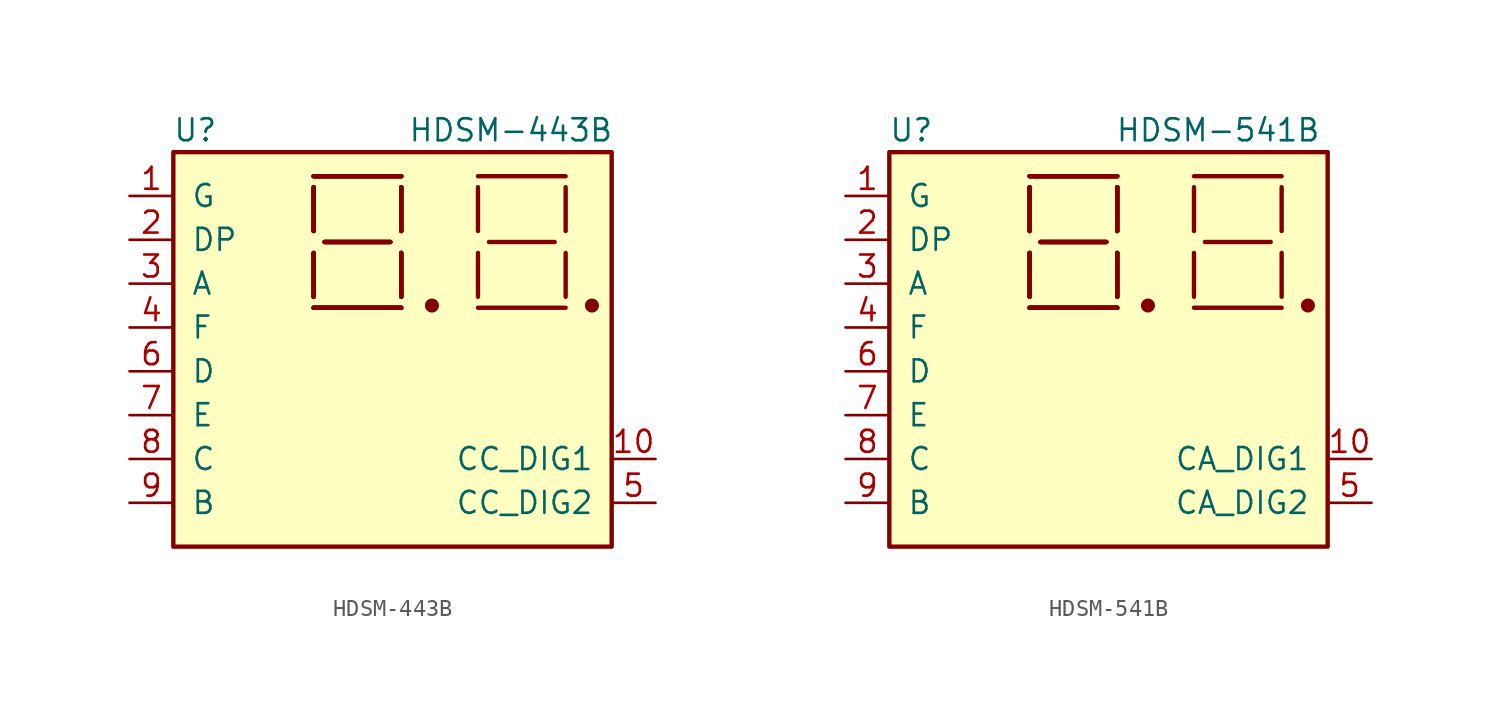
<source format=kicad_sym>
(kicad_symbol_lib
  (version 20231120)
  (generator "kicad_symbol_editor")
  (generator_version "8.0")
  (symbol "HDSM-443B"
    (pin_names
      (offset 1.016))
    (property "Reference" "U"
      (at -11.43 11.43 0)
      (effects (font (size 1.27 1.27))))
    (property "Value" "HDSM-443B"
      (at 6.858 11.43 0)
      (effects (font (size 1.27 1.27))))
    (symbol "HDSM-443B_0_1"
      (rectangle (start -12.7 10.16) (end 12.7 -12.7) (stroke (width 0.254) (type default)) (fill (type background)))
      (polyline (pts (xy -4.572 1.143) (xy 0.508 1.143)) (stroke (width 0.254) (type default)) (fill (type none)))
      (polyline (pts (xy -4.572 1.143) (xy 0.508 1.143)) (stroke (width 0.254) (type default)) (fill (type none)))
      (polyline (pts (xy -4.572 1.143) (xy 0.508 1.143)) (stroke (width 0.254) (type default)) (fill (type none)))
      (polyline (pts (xy -4.572 1.143) (xy 0.508 1.143)) (stroke (width 0.254) (type default)) (fill (type none)))
      (polyline (pts (xy -4.572 1.778) (xy -4.572 4.318)) (stroke (width 0.254) (type default)) (fill (type none)))
      (polyline (pts (xy -4.572 1.778) (xy -4.572 4.318)) (stroke (width 0.254) (type default)) (fill (type none)))
      (polyline (pts (xy -4.572 1.778) (xy -4.572 4.318)) (stroke (width 0.254) (type default)) (fill (type none)))
      (polyline (pts (xy -4.572 1.778) (xy -4.572 4.318)) (stroke (width 0.254) (type default)) (fill (type none)))
      (polyline (pts (xy -4.572 5.588) (xy -4.572 8.128)) (stroke (width 0.254) (type default)) (fill (type none)))
      (polyline (pts (xy -4.572 5.588) (xy -4.572 8.128)) (stroke (width 0.254) (type default)) (fill (type none)))
      (polyline (pts (xy -4.572 5.588) (xy -4.572 8.128)) (stroke (width 0.254) (type default)) (fill (type none)))
      (polyline (pts (xy -4.572 5.588) (xy -4.572 8.128)) (stroke (width 0.254) (type default)) (fill (type none)))
      (polyline (pts (xy -4.572 8.763) (xy 0.508 8.763)) (stroke (width 0.254) (type default)) (fill (type none)))
      (polyline (pts (xy -4.572 8.763) (xy 0.508 8.763)) (stroke (width 0.254) (type default)) (fill (type none)))
      (polyline (pts (xy -4.572 8.763) (xy 0.508 8.763)) (stroke (width 0.254) (type default)) (fill (type none)))
      (polyline (pts (xy -4.572 8.763) (xy 0.508 8.763)) (stroke (width 0.254) (type default)) (fill (type none)))
      (polyline (pts (xy -3.937 4.953) (xy -0.127 4.953)) (stroke (width 0.254) (type default)) (fill (type none)))
      (polyline (pts (xy -3.937 4.953) (xy -0.127 4.953)) (stroke (width 0.254) (type default)) (fill (type none)))
      (polyline (pts (xy -3.937 4.953) (xy -0.127 4.953)) (stroke (width 0.254) (type default)) (fill (type none)))
      (polyline (pts (xy -3.937 4.953) (xy -0.127 4.953)) (stroke (width 0.254) (type default)) (fill (type none)))
      (polyline (pts (xy 0.508 1.778) (xy 0.508 4.318)) (stroke (width 0.254) (type default)) (fill (type none)))
      (polyline (pts (xy 0.508 1.778) (xy 0.508 4.318)) (stroke (width 0.254) (type default)) (fill (type none)))
      (polyline (pts (xy 0.508 1.778) (xy 0.508 4.318)) (stroke (width 0.254) (type default)) (fill (type none)))
      (polyline (pts (xy 0.508 1.778) (xy 0.508 4.318)) (stroke (width 0.254) (type default)) (fill (type none)))
      (polyline (pts (xy 0.508 8.128) (xy 0.508 5.588)) (stroke (width 0.254) (type default)) (fill (type none)))
      (polyline (pts (xy 0.508 8.128) (xy 0.508 5.588)) (stroke (width 0.254) (type default)) (fill (type none)))
      (polyline (pts (xy 0.508 8.128) (xy 0.508 5.588)) (stroke (width 0.254) (type default)) (fill (type none)))
      (polyline (pts (xy 0.508 8.128) (xy 0.508 5.588)) (stroke (width 0.254) (type default)) (fill (type none)))
      (polyline (pts (xy 4.953 1.143) (xy 10.033 1.143)) (stroke (width 0.254) (type default)) (fill (type none)))
      (polyline (pts (xy 4.953 1.778) (xy 4.953 4.318)) (stroke (width 0.254) (type default)) (fill (type none)))
      (polyline (pts (xy 4.953 5.588) (xy 4.953 8.128)) (stroke (width 0.254) (type default)) (fill (type none)))
      (polyline (pts (xy 4.953 8.763) (xy 10.033 8.763)) (stroke (width 0.254) (type default)) (fill (type none)))
      (polyline (pts (xy 5.588 4.953) (xy 9.398 4.953)) (stroke (width 0.254) (type default)) (fill (type none)))
      (polyline (pts (xy 10.033 1.778) (xy 10.033 4.318)) (stroke (width 0.254) (type default)) (fill (type none)))
      (polyline (pts (xy 10.033 5.588) (xy 10.033 8.128)) (stroke (width 0.254) (type default)) (fill (type none)))
      (circle (center 2.286 1.27) (radius 0.279) (stroke (width 0.254) (type default)) (fill (type outline)))
      (circle (center 11.557 1.27) (radius 0.279) (stroke (width 0.254) (type default)) (fill (type outline))))
    (symbol "HDSM-443B_1_1"
      (pin input line (at -15.24 7.62 0) (length 2.54) (name "G" (effects (font (size 1.27 1.27)))) (number "1" (effects (font (size 1.27 1.27)))))
      (pin input line (at 15.24 -7.62 180) (length 2.54) (name "CC_DIG1" (effects (font (size 1.27 1.27)))) (number "10" (effects (font (size 1.27 1.27)))))
      (pin input line (at -15.24 5.08 0) (length 2.54) (name "DP" (effects (font (size 1.27 1.27)))) (number "2" (effects (font (size 1.27 1.27)))))
      (pin input line (at -15.24 2.54 0) (length 2.54) (name "A" (effects (font (size 1.27 1.27)))) (number "3" (effects (font (size 1.27 1.27)))))
      (pin input line (at -15.24 0 0) (length 2.54) (name "F" (effects (font (size 1.27 1.27)))) (number "4" (effects (font (size 1.27 1.27)))))
      (pin input line (at 15.24 -10.16 180) (length 2.54) (name "CC_DIG2" (effects (font (size 1.27 1.27)))) (number "5" (effects (font (size 1.27 1.27)))))
      (pin input line (at -15.24 -2.54 0) (length 2.54) (name "D" (effects (font (size 1.27 1.27)))) (number "6" (effects (font (size 1.27 1.27)))))
      (pin input line (at -15.24 -5.08 0) (length 2.54) (name "E" (effects (font (size 1.27 1.27)))) (number "7" (effects (font (size 1.27 1.27)))))
      (pin input line (at -15.24 -7.62 0) (length 2.54) (name "C" (effects (font (size 1.27 1.27)))) (number "8" (effects (font (size 1.27 1.27)))))
      (pin input line (at -15.24 -10.16 0) (length 2.54) (name "B" (effects (font (size 1.27 1.27)))) (number "9" (effects (font (size 1.27 1.27)))))))
  (symbol "HDSM-541B"
    (pin_names
      (offset 1.016))
    (property "Reference" "U"
      (at -11.43 11.43 0)
      (effects (font (size 1.27 1.27))))
    (property "Value" "HDSM-541B"
      (at 6.35 11.43 0)
      (effects (font (size 1.27 1.27))))
    (symbol "HDSM-541B_0_1"
      (rectangle (start -12.7 10.16) (end 12.7 -12.7) (stroke (width 0.254) (type default)) (fill (type background)))
      (polyline (pts (xy -4.572 1.143) (xy 0.508 1.143)) (stroke (width 0.254) (type default)) (fill (type none)))
      (polyline (pts (xy -4.572 1.143) (xy 0.508 1.143)) (stroke (width 0.254) (type default)) (fill (type none)))
      (polyline (pts (xy -4.572 1.143) (xy 0.508 1.143)) (stroke (width 0.254) (type default)) (fill (type none)))
      (polyline (pts (xy -4.572 1.143) (xy 0.508 1.143)) (stroke (width 0.254) (type default)) (fill (type none)))
      (polyline (pts (xy -4.572 1.778) (xy -4.572 4.318)) (stroke (width 0.254) (type default)) (fill (type none)))
      (polyline (pts (xy -4.572 1.778) (xy -4.572 4.318)) (stroke (width 0.254) (type default)) (fill (type none)))
      (polyline (pts (xy -4.572 1.778) (xy -4.572 4.318)) (stroke (width 0.254) (type default)) (fill (type none)))
      (polyline (pts (xy -4.572 1.778) (xy -4.572 4.318)) (stroke (width 0.254) (type default)) (fill (type none)))
      (polyline (pts (xy -4.572 5.588) (xy -4.572 8.128)) (stroke (width 0.254) (type default)) (fill (type none)))
      (polyline (pts (xy -4.572 5.588) (xy -4.572 8.128)) (stroke (width 0.254) (type default)) (fill (type none)))
      (polyline (pts (xy -4.572 5.588) (xy -4.572 8.128)) (stroke (width 0.254) (type default)) (fill (type none)))
      (polyline (pts (xy -4.572 5.588) (xy -4.572 8.128)) (stroke (width 0.254) (type default)) (fill (type none)))
      (polyline (pts (xy -4.572 8.763) (xy 0.508 8.763)) (stroke (width 0.254) (type default)) (fill (type none)))
      (polyline (pts (xy -4.572 8.763) (xy 0.508 8.763)) (stroke (width 0.254) (type default)) (fill (type none)))
      (polyline (pts (xy -4.572 8.763) (xy 0.508 8.763)) (stroke (width 0.254) (type default)) (fill (type none)))
      (polyline (pts (xy -4.572 8.763) (xy 0.508 8.763)) (stroke (width 0.254) (type default)) (fill (type none)))
      (polyline (pts (xy -3.937 4.953) (xy -0.127 4.953)) (stroke (width 0.254) (type default)) (fill (type none)))
      (polyline (pts (xy -3.937 4.953) (xy -0.127 4.953)) (stroke (width 0.254) (type default)) (fill (type none)))
      (polyline (pts (xy -3.937 4.953) (xy -0.127 4.953)) (stroke (width 0.254) (type default)) (fill (type none)))
      (polyline (pts (xy -3.937 4.953) (xy -0.127 4.953)) (stroke (width 0.254) (type default)) (fill (type none)))
      (polyline (pts (xy 0.508 1.778) (xy 0.508 4.318)) (stroke (width 0.254) (type default)) (fill (type none)))
      (polyline (pts (xy 0.508 1.778) (xy 0.508 4.318)) (stroke (width 0.254) (type default)) (fill (type none)))
      (polyline (pts (xy 0.508 1.778) (xy 0.508 4.318)) (stroke (width 0.254) (type default)) (fill (type none)))
      (polyline (pts (xy 0.508 1.778) (xy 0.508 4.318)) (stroke (width 0.254) (type default)) (fill (type none)))
      (polyline (pts (xy 0.508 8.128) (xy 0.508 5.588)) (stroke (width 0.254) (type default)) (fill (type none)))
      (polyline (pts (xy 0.508 8.128) (xy 0.508 5.588)) (stroke (width 0.254) (type default)) (fill (type none)))
      (polyline (pts (xy 0.508 8.128) (xy 0.508 5.588)) (stroke (width 0.254) (type default)) (fill (type none)))
      (polyline (pts (xy 0.508 8.128) (xy 0.508 5.588)) (stroke (width 0.254) (type default)) (fill (type none)))
      (polyline (pts (xy 4.953 1.143) (xy 10.033 1.143)) (stroke (width 0.254) (type default)) (fill (type none)))
      (polyline (pts (xy 4.953 1.778) (xy 4.953 4.318)) (stroke (width 0.254) (type default)) (fill (type none)))
      (polyline (pts (xy 4.953 5.588) (xy 4.953 8.128)) (stroke (width 0.254) (type default)) (fill (type none)))
      (polyline (pts (xy 4.953 8.763) (xy 10.033 8.763)) (stroke (width 0.254) (type default)) (fill (type none)))
      (polyline (pts (xy 5.588 4.953) (xy 9.398 4.953)) (stroke (width 0.254) (type default)) (fill (type none)))
      (polyline (pts (xy 10.033 1.778) (xy 10.033 4.318)) (stroke (width 0.254) (type default)) (fill (type none)))
      (polyline (pts (xy 10.033 5.588) (xy 10.033 8.128)) (stroke (width 0.254) (type default)) (fill (type none)))
      (circle (center 2.286 1.27) (radius 0.279) (stroke (width 0.254) (type default)) (fill (type outline)))
      (circle (center 11.557 1.27) (radius 0.279) (stroke (width 0.254) (type default)) (fill (type outline))))
    (symbol "HDSM-541B_1_1"
      (pin input line (at -15.24 7.62 0) (length 2.54) (name "G" (effects (font (size 1.27 1.27)))) (number "1" (effects (font (size 1.27 1.27)))))
      (pin input line (at 15.24 -7.62 180) (length 2.54) (name "CA_DIG1" (effects (font (size 1.27 1.27)))) (number "10" (effects (font (size 1.27 1.27)))))
      (pin input line (at -15.24 5.08 0) (length 2.54) (name "DP" (effects (font (size 1.27 1.27)))) (number "2" (effects (font (size 1.27 1.27)))))
      (pin input line (at -15.24 2.54 0) (length 2.54) (name "A" (effects (font (size 1.27 1.27)))) (number "3" (effects (font (size 1.27 1.27)))))
      (pin input line (at -15.24 0 0) (length 2.54) (name "F" (effects (font (size 1.27 1.27)))) (number "4" (effects (font (size 1.27 1.27)))))
      (pin input line (at 15.24 -10.16 180) (length 2.54) (name "CA_DIG2" (effects (font (size 1.27 1.27)))) (number "5" (effects (font (size 1.27 1.27)))))
      (pin input line (at -15.24 -2.54 0) (length 2.54) (name "D" (effects (font (size 1.27 1.27)))) (number "6" (effects (font (size 1.27 1.27)))))
      (pin input line (at -15.24 -5.08 0) (length 2.54) (name "E" (effects (font (size 1.27 1.27)))) (number "7" (effects (font (size 1.27 1.27)))))
      (pin input line (at -15.24 -7.62 0) (length 2.54) (name "C" (effects (font (size 1.27 1.27)))) (number "8" (effects (font (size 1.27 1.27)))))
      (pin input line (at -15.24 -10.16 0) (length 2.54) (name "B" (effects (font (size 1.27 1.27)))) (number "9" (effects (font (size 1.27 1.27))))))))
</source>
